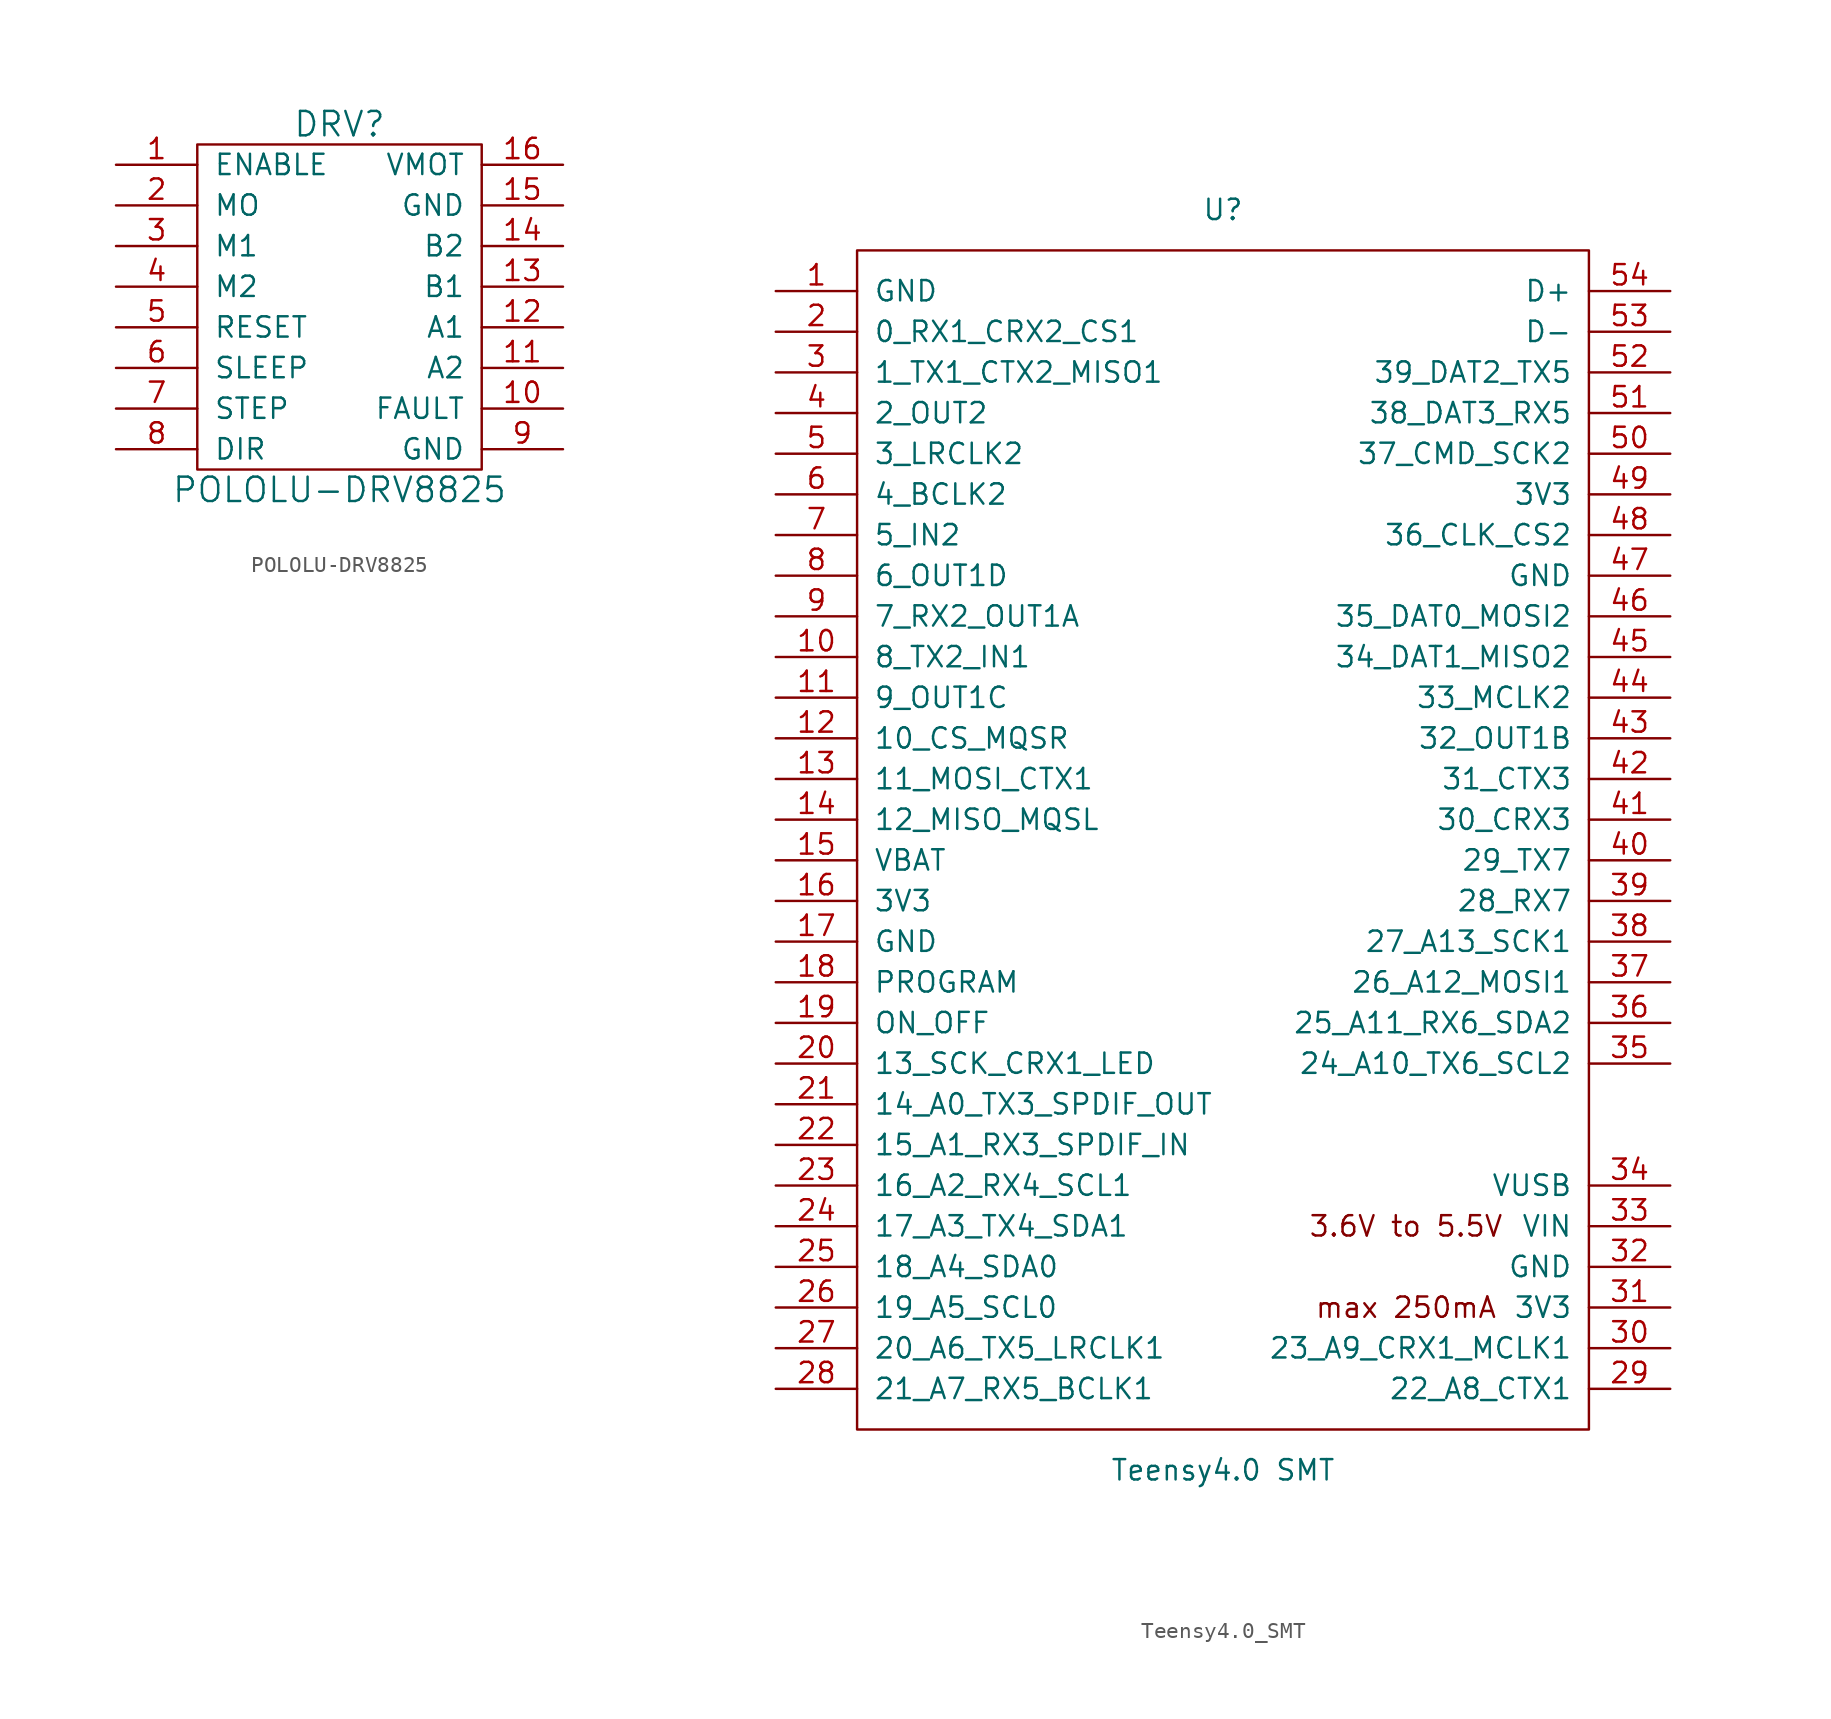
<source format=kicad_sym>
(kicad_symbol_lib
  (version 20231120)
  (generator "kicad_symbol_editor")
  (generator_version "8.0")
  (symbol "POLOLU-DRV8825"
    (pin_names
      (offset 1.016))
    (property "Reference" "DRV"
      (at 0 11.43 0)
      (effects (font (size 1.524 1.524))))
    (property "Value" "POLOLU-DRV8825"
      (at 0 -11.43 0)
      (effects (font (size 1.524 1.524))))
    (symbol "POLOLU-DRV8825_0_1"
      (rectangle (start -8.89 10.16) (end 8.89 -10.16) (stroke (width 0) (type solid)) (fill (type none))))
    (symbol "POLOLU-DRV8825_1_1"
      (pin input line (at -13.97 8.89 0) (length 5.08) (name "ENABLE" (effects (font (size 1.27 1.27)))) (number "1" (effects (font (size 1.27 1.27)))))
      (pin bidirectional line (at 13.97 -6.35 180) (length 5.08) (name "FAULT" (effects (font (size 1.27 1.27)))) (number "10" (effects (font (size 1.27 1.27)))))
      (pin output line (at 13.97 -3.81 180) (length 5.08) (name "A2" (effects (font (size 1.27 1.27)))) (number "11" (effects (font (size 1.27 1.27)))))
      (pin output line (at 13.97 -1.27 180) (length 5.08) (name "A1" (effects (font (size 1.27 1.27)))) (number "12" (effects (font (size 1.27 1.27)))))
      (pin output line (at 13.97 1.27 180) (length 5.08) (name "B1" (effects (font (size 1.27 1.27)))) (number "13" (effects (font (size 1.27 1.27)))))
      (pin output line (at 13.97 3.81 180) (length 5.08) (name "B2" (effects (font (size 1.27 1.27)))) (number "14" (effects (font (size 1.27 1.27)))))
      (pin power_in line (at 13.97 6.35 180) (length 5.08) (name "GND" (effects (font (size 1.27 1.27)))) (number "15" (effects (font (size 1.27 1.27)))))
      (pin power_in line (at 13.97 8.89 180) (length 5.08) (name "VMOT" (effects (font (size 1.27 1.27)))) (number "16" (effects (font (size 1.27 1.27)))))
      (pin input line (at -13.97 6.35 0) (length 5.08) (name "MO" (effects (font (size 1.27 1.27)))) (number "2" (effects (font (size 1.27 1.27)))))
      (pin input line (at -13.97 3.81 0) (length 5.08) (name "M1" (effects (font (size 1.27 1.27)))) (number "3" (effects (font (size 1.27 1.27)))))
      (pin input line (at -13.97 1.27 0) (length 5.08) (name "M2" (effects (font (size 1.27 1.27)))) (number "4" (effects (font (size 1.27 1.27)))))
      (pin input line (at -13.97 -1.27 0) (length 5.08) (name "RESET" (effects (font (size 1.27 1.27)))) (number "5" (effects (font (size 1.27 1.27)))))
      (pin input line (at -13.97 -3.81 0) (length 5.08) (name "SLEEP" (effects (font (size 1.27 1.27)))) (number "6" (effects (font (size 1.27 1.27)))))
      (pin input line (at -13.97 -6.35 0) (length 5.08) (name "STEP" (effects (font (size 1.27 1.27)))) (number "7" (effects (font (size 1.27 1.27)))))
      (pin input line (at -13.97 -8.89 0) (length 5.08) (name "DIR" (effects (font (size 1.27 1.27)))) (number "8" (effects (font (size 1.27 1.27)))))
      (pin power_in line (at 13.97 -8.89 180) (length 5.08) (name "GND" (effects (font (size 1.27 1.27)))) (number "9" (effects (font (size 1.27 1.27)))))))
  (symbol "Teensy4.0_SMT"
    (pin_names
      (offset 1.016))
    (property "Reference" "U"
      (at 0 39.37 0)
      (effects (font (size 1.27 1.27))))
    (property "Value" "Teensy4.0 SMT"
      (at 0 -39.37 0)
      (effects (font (size 1.27 1.27))))
    (symbol "Teensy4.0_SMT_0_0"
      (text "3.6V to 5.5V" (at 11.43 -24.13 0) (effects (font (size 1.27 1.27))))
      (text "max 250mA" (at 11.43 -29.21 0) (effects (font (size 1.27 1.27))))
      (pin bidirectional line (at -27.94 11.43 0) (length 5.08) (name "8_TX2_IN1" (effects (font (size 1.27 1.27)))) (number "10" (effects (font (size 1.27 1.27)))))
      (pin bidirectional line (at -27.94 8.89 0) (length 5.08) (name "9_OUT1C" (effects (font (size 1.27 1.27)))) (number "11" (effects (font (size 1.27 1.27)))))
      (pin bidirectional line (at -27.94 6.35 0) (length 5.08) (name "10_CS_MQSR" (effects (font (size 1.27 1.27)))) (number "12" (effects (font (size 1.27 1.27)))))
      (pin bidirectional line (at -27.94 3.81 0) (length 5.08) (name "11_MOSI_CTX1" (effects (font (size 1.27 1.27)))) (number "13" (effects (font (size 1.27 1.27)))))
      (pin bidirectional line (at -27.94 1.27 0) (length 5.08) (name "12_MISO_MQSL" (effects (font (size 1.27 1.27)))) (number "14" (effects (font (size 1.27 1.27)))))
      (pin power_in line (at -27.94 -1.27 0) (length 5.08) (name "VBAT" (effects (font (size 1.27 1.27)))) (number "15" (effects (font (size 1.27 1.27)))))
      (pin power_in line (at -27.94 -3.81 0) (length 5.08) (name "3V3" (effects (font (size 1.27 1.27)))) (number "16" (effects (font (size 1.27 1.27)))))
      (pin power_in line (at -27.94 -6.35 0) (length 5.08) (name "GND" (effects (font (size 1.27 1.27)))) (number "17" (effects (font (size 1.27 1.27)))))
      (pin input line (at -27.94 -8.89 0) (length 5.08) (name "PROGRAM" (effects (font (size 1.27 1.27)))) (number "18" (effects (font (size 1.27 1.27)))))
      (pin input line (at -27.94 -11.43 0) (length 5.08) (name "ON_OFF" (effects (font (size 1.27 1.27)))) (number "19" (effects (font (size 1.27 1.27)))))
      (pin bidirectional line (at -27.94 -13.97 0) (length 5.08) (name "13_SCK_CRX1_LED" (effects (font (size 1.27 1.27)))) (number "20" (effects (font (size 1.27 1.27)))))
      (pin bidirectional line (at -27.94 -16.51 0) (length 5.08) (name "14_A0_TX3_SPDIF_OUT" (effects (font (size 1.27 1.27)))) (number "21" (effects (font (size 1.27 1.27)))))
      (pin bidirectional line (at -27.94 -19.05 0) (length 5.08) (name "15_A1_RX3_SPDIF_IN" (effects (font (size 1.27 1.27)))) (number "22" (effects (font (size 1.27 1.27)))))
      (pin bidirectional line (at -27.94 -21.59 0) (length 5.08) (name "16_A2_RX4_SCL1" (effects (font (size 1.27 1.27)))) (number "23" (effects (font (size 1.27 1.27)))))
      (pin bidirectional line (at -27.94 -24.13 0) (length 5.08) (name "17_A3_TX4_SDA1" (effects (font (size 1.27 1.27)))) (number "24" (effects (font (size 1.27 1.27)))))
      (pin bidirectional line (at -27.94 -26.67 0) (length 5.08) (name "18_A4_SDA0" (effects (font (size 1.27 1.27)))) (number "25" (effects (font (size 1.27 1.27)))))
      (pin bidirectional line (at -27.94 -29.21 0) (length 5.08) (name "19_A5_SCL0" (effects (font (size 1.27 1.27)))) (number "26" (effects (font (size 1.27 1.27)))))
      (pin bidirectional line (at -27.94 -31.75 0) (length 5.08) (name "20_A6_TX5_LRCLK1" (effects (font (size 1.27 1.27)))) (number "27" (effects (font (size 1.27 1.27)))))
      (pin bidirectional line (at -27.94 -34.29 0) (length 5.08) (name "21_A7_RX5_BCLK1" (effects (font (size 1.27 1.27)))) (number "28" (effects (font (size 1.27 1.27)))))
      (pin bidirectional line (at 27.94 -34.29 180) (length 5.08) (name "22_A8_CTX1" (effects (font (size 1.27 1.27)))) (number "29" (effects (font (size 1.27 1.27)))))
      (pin bidirectional line (at 27.94 -31.75 180) (length 5.08) (name "23_A9_CRX1_MCLK1" (effects (font (size 1.27 1.27)))) (number "30" (effects (font (size 1.27 1.27)))))
      (pin power_out line (at 27.94 -29.21 180) (length 5.08) (name "3V3" (effects (font (size 1.27 1.27)))) (number "31" (effects (font (size 1.27 1.27)))))
      (pin power_in line (at 27.94 -26.67 180) (length 5.08) (name "GND" (effects (font (size 1.27 1.27)))) (number "32" (effects (font (size 1.27 1.27)))))
      (pin power_in line (at 27.94 -24.13 180) (length 5.08) (name "VIN" (effects (font (size 1.27 1.27)))) (number "33" (effects (font (size 1.27 1.27)))))
      (pin power_out line (at 27.94 -21.59 180) (length 5.08) (name "VUSB" (effects (font (size 1.27 1.27)))) (number "34" (effects (font (size 1.27 1.27)))))
      (pin bidirectional line (at 27.94 -13.97 180) (length 5.08) (name "24_A10_TX6_SCL2" (effects (font (size 1.27 1.27)))) (number "35" (effects (font (size 1.27 1.27)))))
      (pin bidirectional line (at 27.94 -11.43 180) (length 5.08) (name "25_A11_RX6_SDA2" (effects (font (size 1.27 1.27)))) (number "36" (effects (font (size 1.27 1.27)))))
      (pin bidirectional line (at 27.94 -8.89 180) (length 5.08) (name "26_A12_MOSI1" (effects (font (size 1.27 1.27)))) (number "37" (effects (font (size 1.27 1.27)))))
      (pin bidirectional line (at 27.94 -6.35 180) (length 5.08) (name "27_A13_SCK1" (effects (font (size 1.27 1.27)))) (number "38" (effects (font (size 1.27 1.27)))))
      (pin bidirectional line (at 27.94 -3.81 180) (length 5.08) (name "28_RX7" (effects (font (size 1.27 1.27)))) (number "39" (effects (font (size 1.27 1.27)))))
      (pin bidirectional line (at 27.94 -1.27 180) (length 5.08) (name "29_TX7" (effects (font (size 1.27 1.27)))) (number "40" (effects (font (size 1.27 1.27)))))
      (pin bidirectional line (at 27.94 1.27 180) (length 5.08) (name "30_CRX3" (effects (font (size 1.27 1.27)))) (number "41" (effects (font (size 1.27 1.27)))))
      (pin bidirectional line (at 27.94 3.81 180) (length 5.08) (name "31_CTX3" (effects (font (size 1.27 1.27)))) (number "42" (effects (font (size 1.27 1.27)))))
      (pin bidirectional line (at 27.94 6.35 180) (length 5.08) (name "32_OUT1B" (effects (font (size 1.27 1.27)))) (number "43" (effects (font (size 1.27 1.27)))))
      (pin bidirectional line (at 27.94 8.89 180) (length 5.08) (name "33_MCLK2" (effects (font (size 1.27 1.27)))) (number "44" (effects (font (size 1.27 1.27)))))
      (pin bidirectional line (at 27.94 11.43 180) (length 5.08) (name "34_DAT1_MISO2" (effects (font (size 1.27 1.27)))) (number "45" (effects (font (size 1.27 1.27)))))
      (pin bidirectional line (at 27.94 13.97 180) (length 5.08) (name "35_DAT0_MOSI2" (effects (font (size 1.27 1.27)))) (number "46" (effects (font (size 1.27 1.27)))))
      (pin power_out line (at 27.94 16.51 180) (length 5.08) (name "GND" (effects (font (size 1.27 1.27)))) (number "47" (effects (font (size 1.27 1.27)))))
      (pin bidirectional line (at 27.94 19.05 180) (length 5.08) (name "36_CLK_CS2" (effects (font (size 1.27 1.27)))) (number "48" (effects (font (size 1.27 1.27)))))
      (pin power_out line (at 27.94 21.59 180) (length 5.08) (name "3V3" (effects (font (size 1.27 1.27)))) (number "49" (effects (font (size 1.27 1.27)))))
      (pin bidirectional line (at -27.94 24.13 0) (length 5.08) (name "3_LRCLK2" (effects (font (size 1.27 1.27)))) (number "5" (effects (font (size 1.27 1.27)))))
      (pin bidirectional line (at 27.94 24.13 180) (length 5.08) (name "37_CMD_SCK2" (effects (font (size 1.27 1.27)))) (number "50" (effects (font (size 1.27 1.27)))))
      (pin bidirectional line (at 27.94 26.67 180) (length 5.08) (name "38_DAT3_RX5" (effects (font (size 1.27 1.27)))) (number "51" (effects (font (size 1.27 1.27)))))
      (pin bidirectional line (at 27.94 29.21 180) (length 5.08) (name "39_DAT2_TX5" (effects (font (size 1.27 1.27)))) (number "52" (effects (font (size 1.27 1.27)))))
      (pin bidirectional line (at 27.94 31.75 180) (length 5.08) (name "D-" (effects (font (size 1.27 1.27)))) (number "53" (effects (font (size 1.27 1.27)))))
      (pin bidirectional line (at 27.94 34.29 180) (length 5.08) (name "D+" (effects (font (size 1.27 1.27)))) (number "54" (effects (font (size 1.27 1.27)))))
      (pin bidirectional line (at -27.94 21.59 0) (length 5.08) (name "4_BCLK2" (effects (font (size 1.27 1.27)))) (number "6" (effects (font (size 1.27 1.27)))))
      (pin bidirectional line (at -27.94 19.05 0) (length 5.08) (name "5_IN2" (effects (font (size 1.27 1.27)))) (number "7" (effects (font (size 1.27 1.27)))))
      (pin bidirectional line (at -27.94 16.51 0) (length 5.08) (name "6_OUT1D" (effects (font (size 1.27 1.27)))) (number "8" (effects (font (size 1.27 1.27)))))
      (pin bidirectional line (at -27.94 13.97 0) (length 5.08) (name "7_RX2_OUT1A" (effects (font (size 1.27 1.27)))) (number "9" (effects (font (size 1.27 1.27))))))
    (symbol "Teensy4.0_SMT_0_1"
      (rectangle (start -22.86 36.83) (end 22.86 -36.83) (stroke (width 0) (type solid)) (fill (type none)))
      (rectangle (start -20.32 -31.75) (end -20.32 -31.75) (stroke (width 0) (type solid)) (fill (type none))))
    (symbol "Teensy4.0_SMT_1_1"
      (pin power_in line (at -27.94 34.29 0) (length 5.08) (name "GND" (effects (font (size 1.27 1.27)))) (number "1" (effects (font (size 1.27 1.27)))))
      (pin bidirectional line (at -27.94 31.75 0) (length 5.08) (name "0_RX1_CRX2_CS1" (effects (font (size 1.27 1.27)))) (number "2" (effects (font (size 1.27 1.27)))))
      (pin bidirectional line (at -27.94 29.21 0) (length 5.08) (name "1_TX1_CTX2_MISO1" (effects (font (size 1.27 1.27)))) (number "3" (effects (font (size 1.27 1.27)))))
      (pin bidirectional line (at -27.94 26.67 0) (length 5.08) (name "2_OUT2" (effects (font (size 1.27 1.27)))) (number "4" (effects (font (size 1.27 1.27))))))))
</source>
